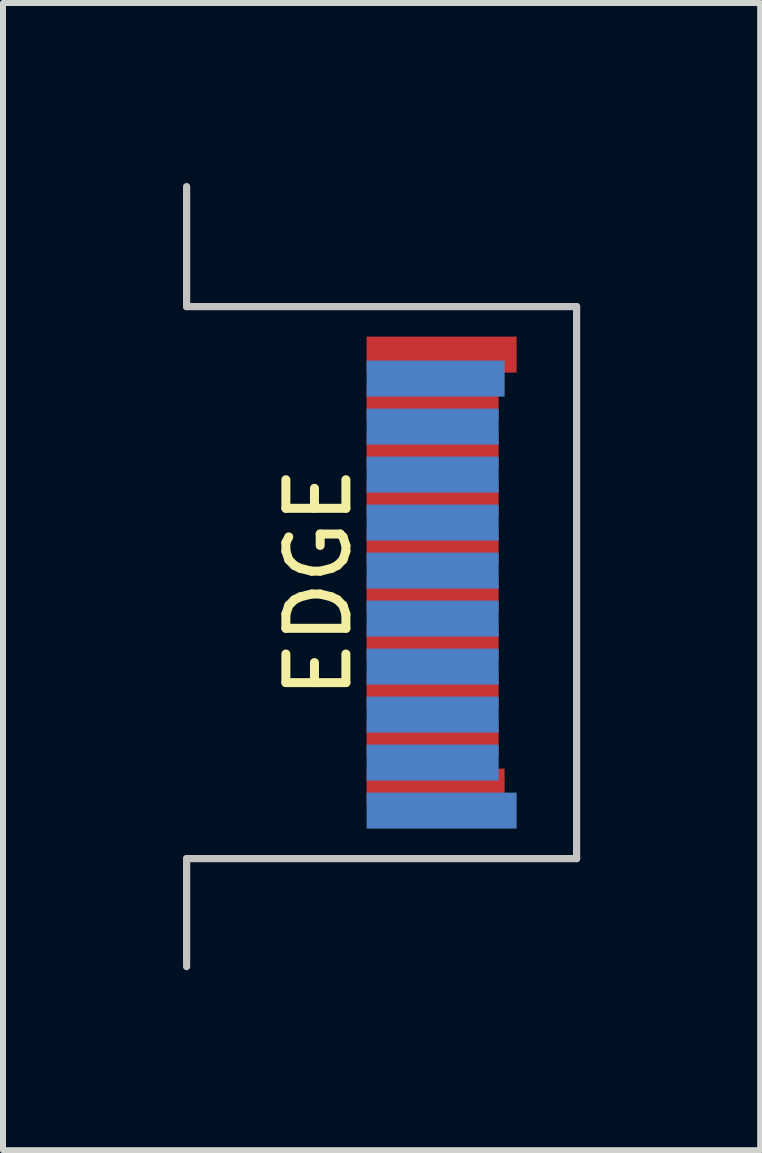
<source format=kicad_pcb>
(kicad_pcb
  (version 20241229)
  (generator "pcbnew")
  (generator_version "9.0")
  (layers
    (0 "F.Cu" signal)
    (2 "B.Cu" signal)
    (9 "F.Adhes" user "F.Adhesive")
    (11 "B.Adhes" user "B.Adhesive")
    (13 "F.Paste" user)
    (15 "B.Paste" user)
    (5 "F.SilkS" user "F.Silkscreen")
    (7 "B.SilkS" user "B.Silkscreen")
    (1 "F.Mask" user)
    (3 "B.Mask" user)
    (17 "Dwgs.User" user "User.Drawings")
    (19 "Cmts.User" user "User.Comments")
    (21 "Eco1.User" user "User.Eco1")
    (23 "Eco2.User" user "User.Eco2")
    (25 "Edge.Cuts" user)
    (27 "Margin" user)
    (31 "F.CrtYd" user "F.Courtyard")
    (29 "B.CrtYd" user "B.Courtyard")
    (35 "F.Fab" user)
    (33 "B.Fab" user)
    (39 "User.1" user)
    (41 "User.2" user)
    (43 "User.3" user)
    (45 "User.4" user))
  (footprint "EDGE"
    (layer "F.Cu")
    (at 5.56 6.66)
    (property "Reference" "EDGE" (at -3.3 0 90) (layer "F.SilkS") (effects (font (size 1 1) (thickness 0.15))))
    (attr smd)
    (fp_line (start -5.5 -4.6) (end -5.5 -6.6) (stroke (width 0.12) (type solid)) (layer "Dwgs.User"))
    (fp_line (start -5.5 4.6) (end -5.5 6.4) (stroke (width 0.12) (type solid)) (layer "Dwgs.User"))
    (fp_line (start 1 -4.6) (end -5.5 -4.6) (stroke (width 0.12) (type solid)) (layer "Dwgs.User"))
    (fp_line (start 1 -4.6) (end 1 4.6) (stroke (width 0.12) (type solid)) (layer "Dwgs.User"))
    (fp_line (start 1 4.6) (end -5.5 4.6) (stroke (width 0.12) (type solid)) (layer "Dwgs.User"))
    (pad "1" smd rect (at -2.5 -3.4) (size 2.3 0.6) (drill (offset 1.15 0)) (layers "B.Cu" "B.Mask" "B.Paste"))
    (pad "1" smd rect (at -2.5 3.4) (size 2.3 0.6) (drill (offset 1.15 0)) (layers "F.Cu" "F.Mask" "F.Paste"))
    (pad "2" smd rect (at -2.5 -2.6) (size 2.2 0.6) (drill (offset 1.1 0)) (layers "B.Cu" "B.Mask" "B.Paste"))
    (pad "2" smd rect (at -2.5 2.6) (size 2.2 0.6) (drill (offset 1.1 0)) (layers "F.Cu" "F.Mask" "F.Paste"))
    (pad "3" smd rect (at -2.5 -1.8) (size 2.2 0.6) (drill (offset 1.1 0)) (layers "B.Cu" "B.Mask" "B.Paste"))
    (pad "3" smd rect (at -2.5 1.8) (size 2.2 0.6) (drill (offset 1.1 0)) (layers "F.Cu" "F.Mask" "F.Paste"))
    (pad "4" smd rect (at -2.5 -1) (size 2.2 0.6) (drill (offset 1.1 0)) (layers "B.Cu" "B.Mask" "B.Paste"))
    (pad "4" smd rect (at -2.5 1) (size 2.2 0.6) (drill (offset 1.1 0)) (layers "F.Cu" "F.Mask" "F.Paste"))
    (pad "5" smd rect (at -2.5 -0.2) (size 2.2 0.6) (drill (offset 1.1 0)) (layers "B.Cu" "B.Mask" "B.Paste"))
    (pad "5" smd rect (at -2.5 0.2) (size 2.2 0.6) (drill (offset 1.1 0)) (layers "F.Cu" "F.Mask" "F.Paste"))
    (pad "6" smd rect (at -2.5 -0.6) (size 2.2 0.6) (drill (offset 1.1 0)) (layers "F.Cu" "F.Mask" "F.Paste"))
    (pad "6" smd rect (at -2.5 0.6) (size 2.2 0.6) (drill (offset 1.1 0)) (layers "B.Cu" "B.Mask" "B.Paste"))
    (pad "7" smd rect (at -2.5 -1.4) (size 2.2 0.6) (drill (offset 1.1 0)) (layers "F.Cu" "F.Mask" "F.Paste"))
    (pad "7" smd rect (at -2.5 1.4) (size 2.2 0.6) (drill (offset 1.1 0)) (layers "B.Cu" "B.Mask" "B.Paste"))
    (pad "8" smd rect (at -2.5 -2.2) (size 2.2 0.6) (drill (offset 1.1 0)) (layers "F.Cu" "F.Mask" "F.Paste"))
    (pad "8" smd rect (at -2.5 2.2) (size 2.2 0.6) (drill (offset 1.1 0)) (layers "B.Cu" "B.Mask" "B.Paste"))
    (pad "9" smd rect (at -2.5 -3) (size 2.2 0.6) (drill (offset 1.1 0)) (layers "F.Cu" "F.Mask" "F.Paste"))
    (pad "9" smd rect (at -2.5 3) (size 2.2 0.6) (drill (offset 1.1 0)) (layers "B.Cu" "B.Mask" "B.Paste"))
    (pad "10" smd rect (at -2.5 -3.8) (size 2.5 0.6) (drill (offset 1.25 0)) (layers "F.Cu" "F.Mask" "F.Paste"))
    (pad "10" smd rect (at -2.5 3.8) (size 2.5 0.6) (drill (offset 1.25 0)) (layers "B.Cu" "B.Mask" "B.Paste")))
  (gr_rect
    (start -3 -3)
    (end 9.62 16.12)
    (stroke (width 0.1) (type default))
    (fill no)
    (layer "Edge.Cuts")))
</source>
